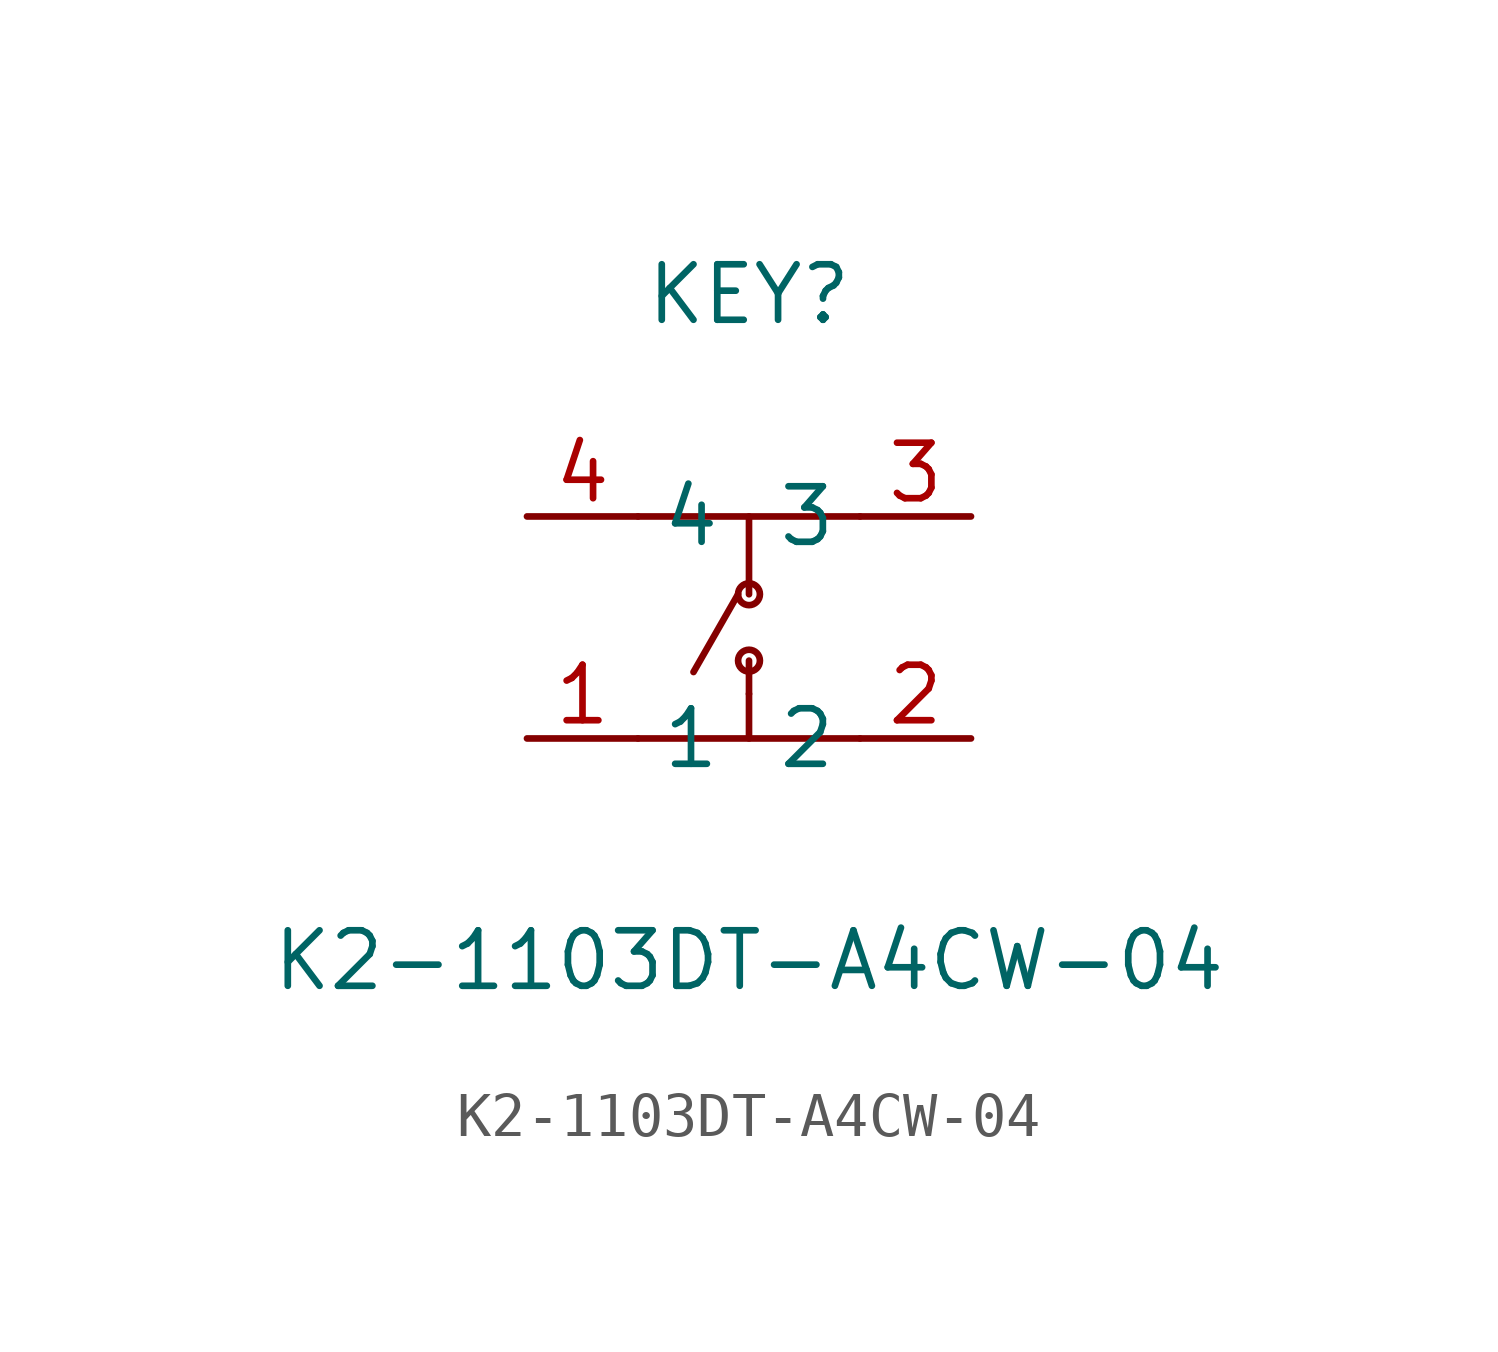
<source format=kicad_sym>
(kicad_symbol_lib
  (version 20211014)
  (generator https://github.com/uPesy/easyeda2kicad.py)
  (symbol "K2-1103DT-A4CW-04"
    (property "Reference" "KEY"
      (at 0 7.62 0)
      (effects (font (size 1.27 1.27))))
    (property "Value" "K2-1103DT-A4CW-04"
      (at 0 -7.62 0)
      (effects (font (size 1.27 1.27))))
    (symbol "K2-1103DT-A4CW-04_0_1"
      (circle (center 0.00 0.76) (radius 0.25) (stroke (width 0) (type default) (color 0 0 0 0)) (fill (type none)))
      (circle (center 0.00 -0.76) (radius 0.25) (stroke (width 0) (type default) (color 0 0 0 0)) (fill (type none)))
      (polyline (pts (xy -2.54 -2.54) (xy 2.54 -2.54)) (stroke (width 0) (type default) (color 0 0 0 0)) (fill (type none)))
      (polyline (pts (xy 2.54 2.54) (xy -2.54 2.54)) (stroke (width 0) (type default) (color 0 0 0 0)) (fill (type none)))
      (polyline (pts (xy 0.00 -2.54) (xy 0.00 -1.52)) (stroke (width 0) (type default) (color 0 0 0 0)) (fill (type none)))
      (polyline (pts (xy 0.00 2.54) (xy 0.00 0.76)) (stroke (width 0) (type default) (color 0 0 0 0)) (fill (type none)))
      (polyline (pts (xy 0.00 -1.52) (xy 0.00 -0.76)) (stroke (width 0) (type default) (color 0 0 0 0)) (fill (type none)))
      (polyline (pts (xy -1.27 -1.02) (xy -0.25 0.76)) (stroke (width 0) (type default) (color 0 0 0 0)) (fill (type none)))
      (pin unspecified line (at -5.08 -2.54 0) (length 2.54) (name "1" (effects (font (size 1.27 1.27)))) (number "1" (effects (font (size 1.27 1.27)))))
      (pin unspecified line (at 5.08 -2.54 180) (length 2.54) (name "2" (effects (font (size 1.27 1.27)))) (number "2" (effects (font (size 1.27 1.27)))))
      (pin unspecified line (at 5.08 2.54 180) (length 2.54) (name "3" (effects (font (size 1.27 1.27)))) (number "3" (effects (font (size 1.27 1.27)))))
      (pin unspecified line (at -5.08 2.54 0) (length 2.54) (name "4" (effects (font (size 1.27 1.27)))) (number "4" (effects (font (size 1.27 1.27))))))))
</source>
